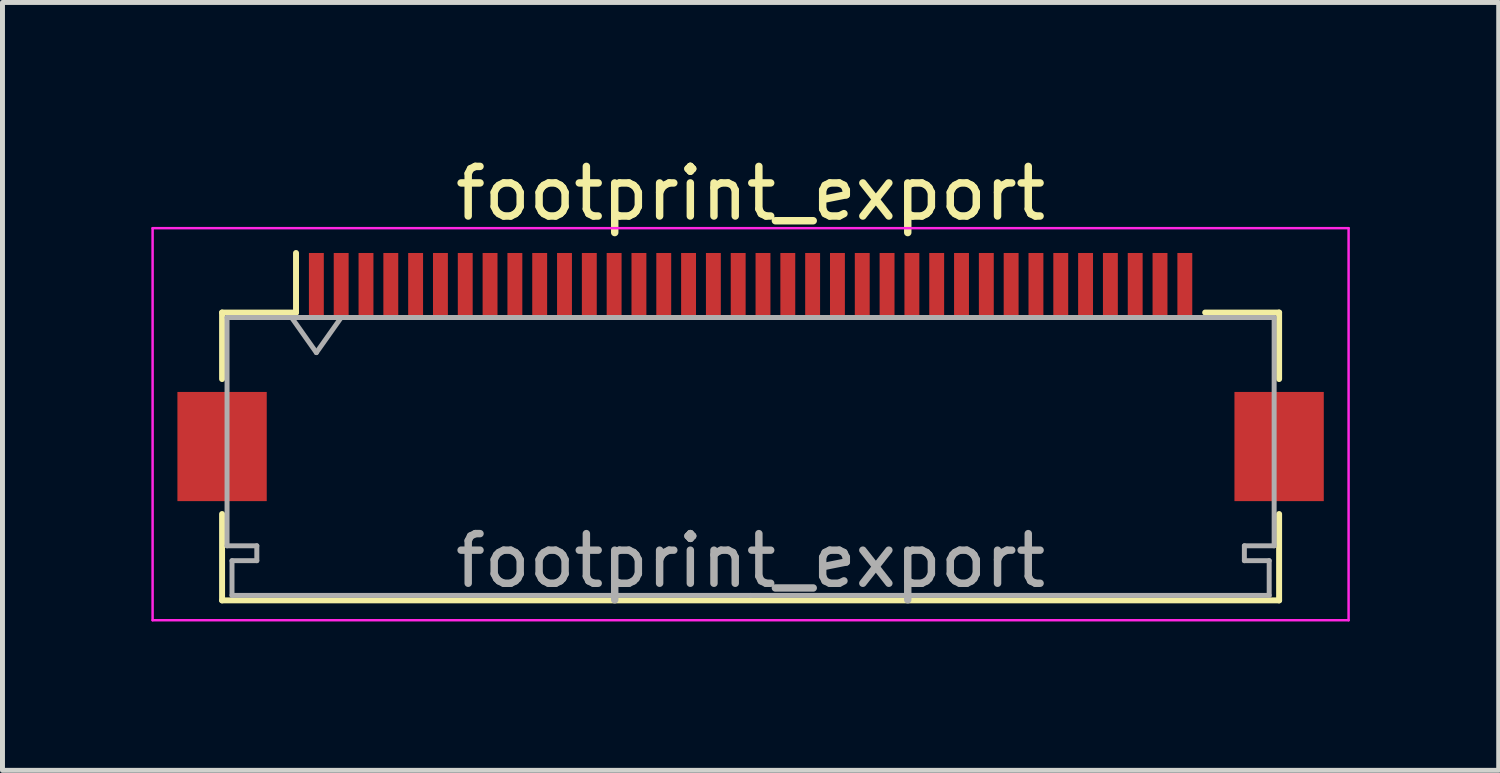
<source format=kicad_pcb>
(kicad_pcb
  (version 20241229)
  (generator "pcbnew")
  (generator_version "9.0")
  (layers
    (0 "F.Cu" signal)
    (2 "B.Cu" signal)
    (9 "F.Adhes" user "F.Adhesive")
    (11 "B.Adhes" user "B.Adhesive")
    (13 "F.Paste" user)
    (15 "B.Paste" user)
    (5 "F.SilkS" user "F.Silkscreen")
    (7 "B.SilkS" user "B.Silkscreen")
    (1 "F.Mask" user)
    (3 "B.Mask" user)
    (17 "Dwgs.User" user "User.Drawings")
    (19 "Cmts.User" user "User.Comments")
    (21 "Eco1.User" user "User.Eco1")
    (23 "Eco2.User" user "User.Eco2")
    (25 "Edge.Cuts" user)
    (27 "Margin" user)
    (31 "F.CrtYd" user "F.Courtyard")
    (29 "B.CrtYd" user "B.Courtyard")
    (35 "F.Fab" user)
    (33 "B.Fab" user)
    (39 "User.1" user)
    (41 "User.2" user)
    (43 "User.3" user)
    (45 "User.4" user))
  (footprint "footprint_export"
    (layer "F.Cu")
    (at 12.075 4.548)
    (property "Reference" "footprint_export" (at 0 -3.7 0) (layer "F.SilkS") (effects (font (size 1 1) (thickness 0.15))))
    (attr smd)
    (fp_line (start -10.65 -1.3) (end -10.65 0.04) (stroke (width 0.12) (type solid)) (layer "F.SilkS"))
    (fp_line (start -10.65 2.76) (end -10.65 4.5) (stroke (width 0.12) (type solid)) (layer "F.SilkS"))
    (fp_line (start -10.65 4.5) (end 10.65 4.5) (stroke (width 0.12) (type solid)) (layer "F.SilkS"))
    (fp_line (start -9.16 -1.3) (end -10.65 -1.3) (stroke (width 0.12) (type solid)) (layer "F.SilkS"))
    (fp_line (start -9.16 -1.3) (end -9.16 -2.5) (stroke (width 0.12) (type solid)) (layer "F.SilkS"))
    (fp_line (start 9.16 -1.3) (end 10.65 -1.3) (stroke (width 0.12) (type solid)) (layer "F.SilkS"))
    (fp_line (start 10.65 -1.3) (end 10.65 0.04) (stroke (width 0.12) (type solid)) (layer "F.SilkS"))
    (fp_line (start 10.65 4.5) (end 10.65 2.76) (stroke (width 0.12) (type solid)) (layer "F.SilkS"))
    (fp_line (start -12.05 -3) (end -12.05 4.9) (stroke (width 0.05) (type solid)) (layer "F.CrtYd"))
    (fp_line (start -12.05 4.9) (end 12.05 4.9) (stroke (width 0.05) (type solid)) (layer "F.CrtYd"))
    (fp_line (start 12.05 -3) (end -12.05 -3) (stroke (width 0.05) (type solid)) (layer "F.CrtYd"))
    (fp_line (start 12.05 4.9) (end 12.05 -3) (stroke (width 0.05) (type solid)) (layer "F.CrtYd"))
    (fp_line (start -10.55 -1.2) (end -10.55 3.4) (stroke (width 0.1) (type solid)) (layer "F.Fab"))
    (fp_line (start -10.55 3.4) (end -9.95 3.4) (stroke (width 0.1) (type solid)) (layer "F.Fab"))
    (fp_line (start -10.45 3.7) (end -10.45 4.4) (stroke (width 0.1) (type solid)) (layer "F.Fab"))
    (fp_line (start -10.45 4.4) (end 0 4.4) (stroke (width 0.1) (type solid)) (layer "F.Fab"))
    (fp_line (start -9.95 3.4) (end -9.95 3.7) (stroke (width 0.1) (type solid)) (layer "F.Fab"))
    (fp_line (start -9.95 3.7) (end -10.45 3.7) (stroke (width 0.1) (type solid)) (layer "F.Fab"))
    (fp_line (start -9.25 -1.2) (end -8.75 -0.493) (stroke (width 0.1) (type solid)) (layer "F.Fab"))
    (fp_line (start -8.75 -0.493) (end -8.25 -1.2) (stroke (width 0.1) (type solid)) (layer "F.Fab"))
    (fp_line (start 0 -1.2) (end -10.55 -1.2) (stroke (width 0.1) (type solid)) (layer "F.Fab"))
    (fp_line (start 0 -1.2) (end 10.55 -1.2) (stroke (width 0.1) (type solid)) (layer "F.Fab"))
    (fp_line (start 9.95 3.4) (end 9.95 3.7) (stroke (width 0.1) (type solid)) (layer "F.Fab"))
    (fp_line (start 9.95 3.7) (end 10.45 3.7) (stroke (width 0.1) (type solid)) (layer "F.Fab"))
    (fp_line (start 10.45 3.7) (end 10.45 4.4) (stroke (width 0.1) (type solid)) (layer "F.Fab"))
    (fp_line (start 10.45 4.4) (end 0 4.4) (stroke (width 0.1) (type solid)) (layer "F.Fab"))
    (fp_line (start 10.55 -1.2) (end 10.55 3.4) (stroke (width 0.1) (type solid)) (layer "F.Fab"))
    (fp_line (start 10.55 3.4) (end 9.95 3.4) (stroke (width 0.1) (type solid)) (layer "F.Fab"))
    (fp_text user "${REFERENCE}" (at 0 3.7 0) (layer "F.Fab") (effects (font (size 1 1) (thickness 0.15))))
    (pad "1" smd rect (at -8.75 -1.85) (size 0.3 1.3) (layers "F.Cu" "F.Mask" "F.Paste"))
    (pad "2" smd rect (at -8.25 -1.85) (size 0.3 1.3) (layers "F.Cu" "F.Mask" "F.Paste"))
    (pad "3" smd rect (at -7.75 -1.85) (size 0.3 1.3) (layers "F.Cu" "F.Mask" "F.Paste"))
    (pad "4" smd rect (at -7.25 -1.85) (size 0.3 1.3) (layers "F.Cu" "F.Mask" "F.Paste"))
    (pad "5" smd rect (at -6.75 -1.85) (size 0.3 1.3) (layers "F.Cu" "F.Mask" "F.Paste"))
    (pad "6" smd rect (at -6.25 -1.85) (size 0.3 1.3) (layers "F.Cu" "F.Mask" "F.Paste"))
    (pad "7" smd rect (at -5.75 -1.85) (size 0.3 1.3) (layers "F.Cu" "F.Mask" "F.Paste"))
    (pad "8" smd rect (at -5.25 -1.85) (size 0.3 1.3) (layers "F.Cu" "F.Mask" "F.Paste"))
    (pad "9" smd rect (at -4.75 -1.85) (size 0.3 1.3) (layers "F.Cu" "F.Mask" "F.Paste"))
    (pad "10" smd rect (at -4.25 -1.85) (size 0.3 1.3) (layers "F.Cu" "F.Mask" "F.Paste"))
    (pad "11" smd rect (at -3.75 -1.85) (size 0.3 1.3) (layers "F.Cu" "F.Mask" "F.Paste"))
    (pad "12" smd rect (at -3.25 -1.85) (size 0.3 1.3) (layers "F.Cu" "F.Mask" "F.Paste"))
    (pad "13" smd rect (at -2.75 -1.85) (size 0.3 1.3) (layers "F.Cu" "F.Mask" "F.Paste"))
    (pad "14" smd rect (at -2.25 -1.85) (size 0.3 1.3) (layers "F.Cu" "F.Mask" "F.Paste"))
    (pad "15" smd rect (at -1.75 -1.85) (size 0.3 1.3) (layers "F.Cu" "F.Mask" "F.Paste"))
    (pad "16" smd rect (at -1.25 -1.85) (size 0.3 1.3) (layers "F.Cu" "F.Mask" "F.Paste"))
    (pad "17" smd rect (at -0.75 -1.85) (size 0.3 1.3) (layers "F.Cu" "F.Mask" "F.Paste"))
    (pad "18" smd rect (at -0.25 -1.85) (size 0.3 1.3) (layers "F.Cu" "F.Mask" "F.Paste"))
    (pad "19" smd rect (at 0.25 -1.85) (size 0.3 1.3) (layers "F.Cu" "F.Mask" "F.Paste"))
    (pad "20" smd rect (at 0.75 -1.85) (size 0.3 1.3) (layers "F.Cu" "F.Mask" "F.Paste"))
    (pad "21" smd rect (at 1.25 -1.85) (size 0.3 1.3) (layers "F.Cu" "F.Mask" "F.Paste"))
    (pad "22" smd rect (at 1.75 -1.85) (size 0.3 1.3) (layers "F.Cu" "F.Mask" "F.Paste"))
    (pad "23" smd rect (at 2.25 -1.85) (size 0.3 1.3) (layers "F.Cu" "F.Mask" "F.Paste"))
    (pad "24" smd rect (at 2.75 -1.85) (size 0.3 1.3) (layers "F.Cu" "F.Mask" "F.Paste"))
    (pad "25" smd rect (at 3.25 -1.85) (size 0.3 1.3) (layers "F.Cu" "F.Mask" "F.Paste"))
    (pad "26" smd rect (at 3.75 -1.85) (size 0.3 1.3) (layers "F.Cu" "F.Mask" "F.Paste"))
    (pad "27" smd rect (at 4.25 -1.85) (size 0.3 1.3) (layers "F.Cu" "F.Mask" "F.Paste"))
    (pad "28" smd rect (at 4.75 -1.85) (size 0.3 1.3) (layers "F.Cu" "F.Mask" "F.Paste"))
    (pad "29" smd rect (at 5.25 -1.85) (size 0.3 1.3) (layers "F.Cu" "F.Mask" "F.Paste"))
    (pad "30" smd rect (at 5.75 -1.85) (size 0.3 1.3) (layers "F.Cu" "F.Mask" "F.Paste"))
    (pad "31" smd rect (at 6.25 -1.85) (size 0.3 1.3) (layers "F.Cu" "F.Mask" "F.Paste"))
    (pad "32" smd rect (at 6.75 -1.85) (size 0.3 1.3) (layers "F.Cu" "F.Mask" "F.Paste"))
    (pad "33" smd rect (at 7.25 -1.85) (size 0.3 1.3) (layers "F.Cu" "F.Mask" "F.Paste"))
    (pad "34" smd rect (at 7.75 -1.85) (size 0.3 1.3) (layers "F.Cu" "F.Mask" "F.Paste"))
    (pad "35" smd rect (at 8.25 -1.85) (size 0.3 1.3) (layers "F.Cu" "F.Mask" "F.Paste"))
    (pad "36" smd rect (at 8.75 -1.85) (size 0.3 1.3) (layers "F.Cu" "F.Mask" "F.Paste"))
    (pad "MP" smd rect (at -10.65 1.4) (size 1.8 2.2) (layers "F.Cu" "F.Mask" "F.Paste"))
    (pad "MP" smd rect (at 10.65 1.4) (size 1.8 2.2) (layers "F.Cu" "F.Mask" "F.Paste")))
  (gr_rect
    (start -3 -3)
    (end 27.15 12.473)
    (stroke (width 0.1) (type default))
    (fill no)
    (layer "Edge.Cuts")))
</source>
